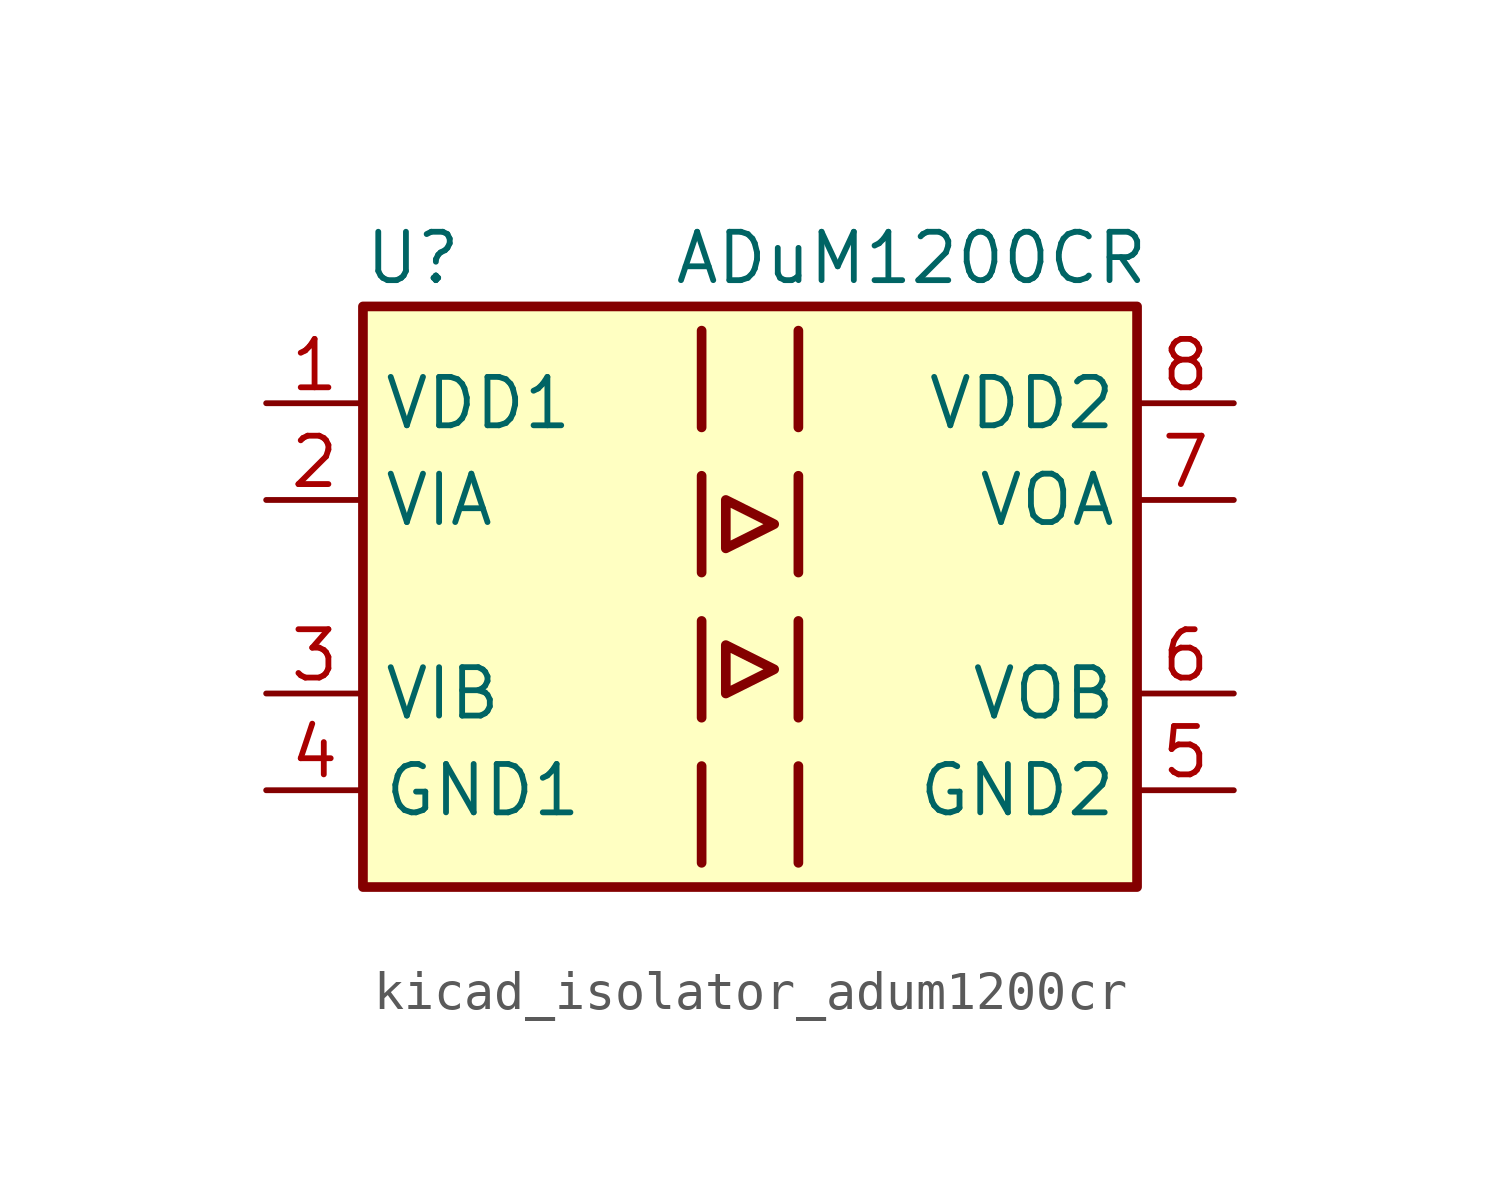
<source format=kicad_sym>
(kicad_symbol_lib
  (version 20220914)
  (generator kicad_symbol_editor)
  (symbol "kicad_isolator_adum1200cr"
    (property "Reference" "U"
      (at -10.16 8.89 0)
      (effects (font (size 1.27 1.27)) (justify left)))
    (property "Value" "ADuM1200CR"
      (at -2.032 8.89 0)
      (effects (font (size 1.27 1.27)) (justify left)))
    (symbol "kicad_isolator_adum1200cr_0_1"
      (rectangle (start -10.16 7.62) (end 10.16 -7.62) (stroke (width 0.254) (type default)) (fill (type background)))
      (polyline (pts (xy -1.27 -4.445) (xy -1.27 -6.985)) (stroke (width 0.254) (type default)) (fill (type none)))
      (polyline (pts (xy -1.27 -0.635) (xy -1.27 -3.175)) (stroke (width 0.254) (type default)) (fill (type none)))
      (polyline (pts (xy -1.27 3.175) (xy -1.27 0.635)) (stroke (width 0.254) (type default)) (fill (type none)))
      (polyline (pts (xy -1.27 6.985) (xy -1.27 4.445)) (stroke (width 0.254) (type default)) (fill (type none)))
      (polyline (pts (xy 1.27 -4.445) (xy 1.27 -6.985)) (stroke (width 0.254) (type default)) (fill (type none)))
      (polyline (pts (xy 1.27 -0.635) (xy 1.27 -3.175)) (stroke (width 0.254) (type default)) (fill (type none)))
      (polyline (pts (xy 1.27 3.175) (xy 1.27 0.635)) (stroke (width 0.254) (type default)) (fill (type none)))
      (polyline (pts (xy 1.27 6.985) (xy 1.27 4.445)) (stroke (width 0.254) (type default)) (fill (type none)))
      (polyline (pts (xy -0.635 -1.27) (xy -0.635 -2.54) (xy 0.635 -1.905) (xy -0.635 -1.27)) (stroke (width 0.254) (type default)) (fill (type none)))
      (polyline (pts (xy -0.635 1.27) (xy 0.635 1.905) (xy -0.635 2.54) (xy -0.635 1.27)) (stroke (width 0.254) (type default)) (fill (type none))))
    (symbol "kicad_isolator_adum1200cr_1_1"
      (pin power_in line (at -12.7 5.08 0) (length 2.54) (name "VDD1" (effects (font (size 1.27 1.27)))) (number "1" (effects (font (size 1.27 1.27)))))
      (pin input line (at -12.7 2.54 0) (length 2.54) (name "VIA" (effects (font (size 1.27 1.27)))) (number "2" (effects (font (size 1.27 1.27)))))
      (pin input line (at -12.7 -2.54 0) (length 2.54) (name "VIB" (effects (font (size 1.27 1.27)))) (number "3" (effects (font (size 1.27 1.27)))))
      (pin power_in line (at -12.7 -5.08 0) (length 2.54) (name "GND1" (effects (font (size 1.27 1.27)))) (number "4" (effects (font (size 1.27 1.27)))))
      (pin power_in line (at 12.7 -5.08 180) (length 2.54) (name "GND2" (effects (font (size 1.27 1.27)))) (number "5" (effects (font (size 1.27 1.27)))))
      (pin output line (at 12.7 -2.54 180) (length 2.54) (name "VOB" (effects (font (size 1.27 1.27)))) (number "6" (effects (font (size 1.27 1.27)))))
      (pin output line (at 12.7 2.54 180) (length 2.54) (name "VOA" (effects (font (size 1.27 1.27)))) (number "7" (effects (font (size 1.27 1.27)))))
      (pin power_in line (at 12.7 5.08 180) (length 2.54) (name "VDD2" (effects (font (size 1.27 1.27)))) (number "8" (effects (font (size 1.27 1.27))))))))
</source>
